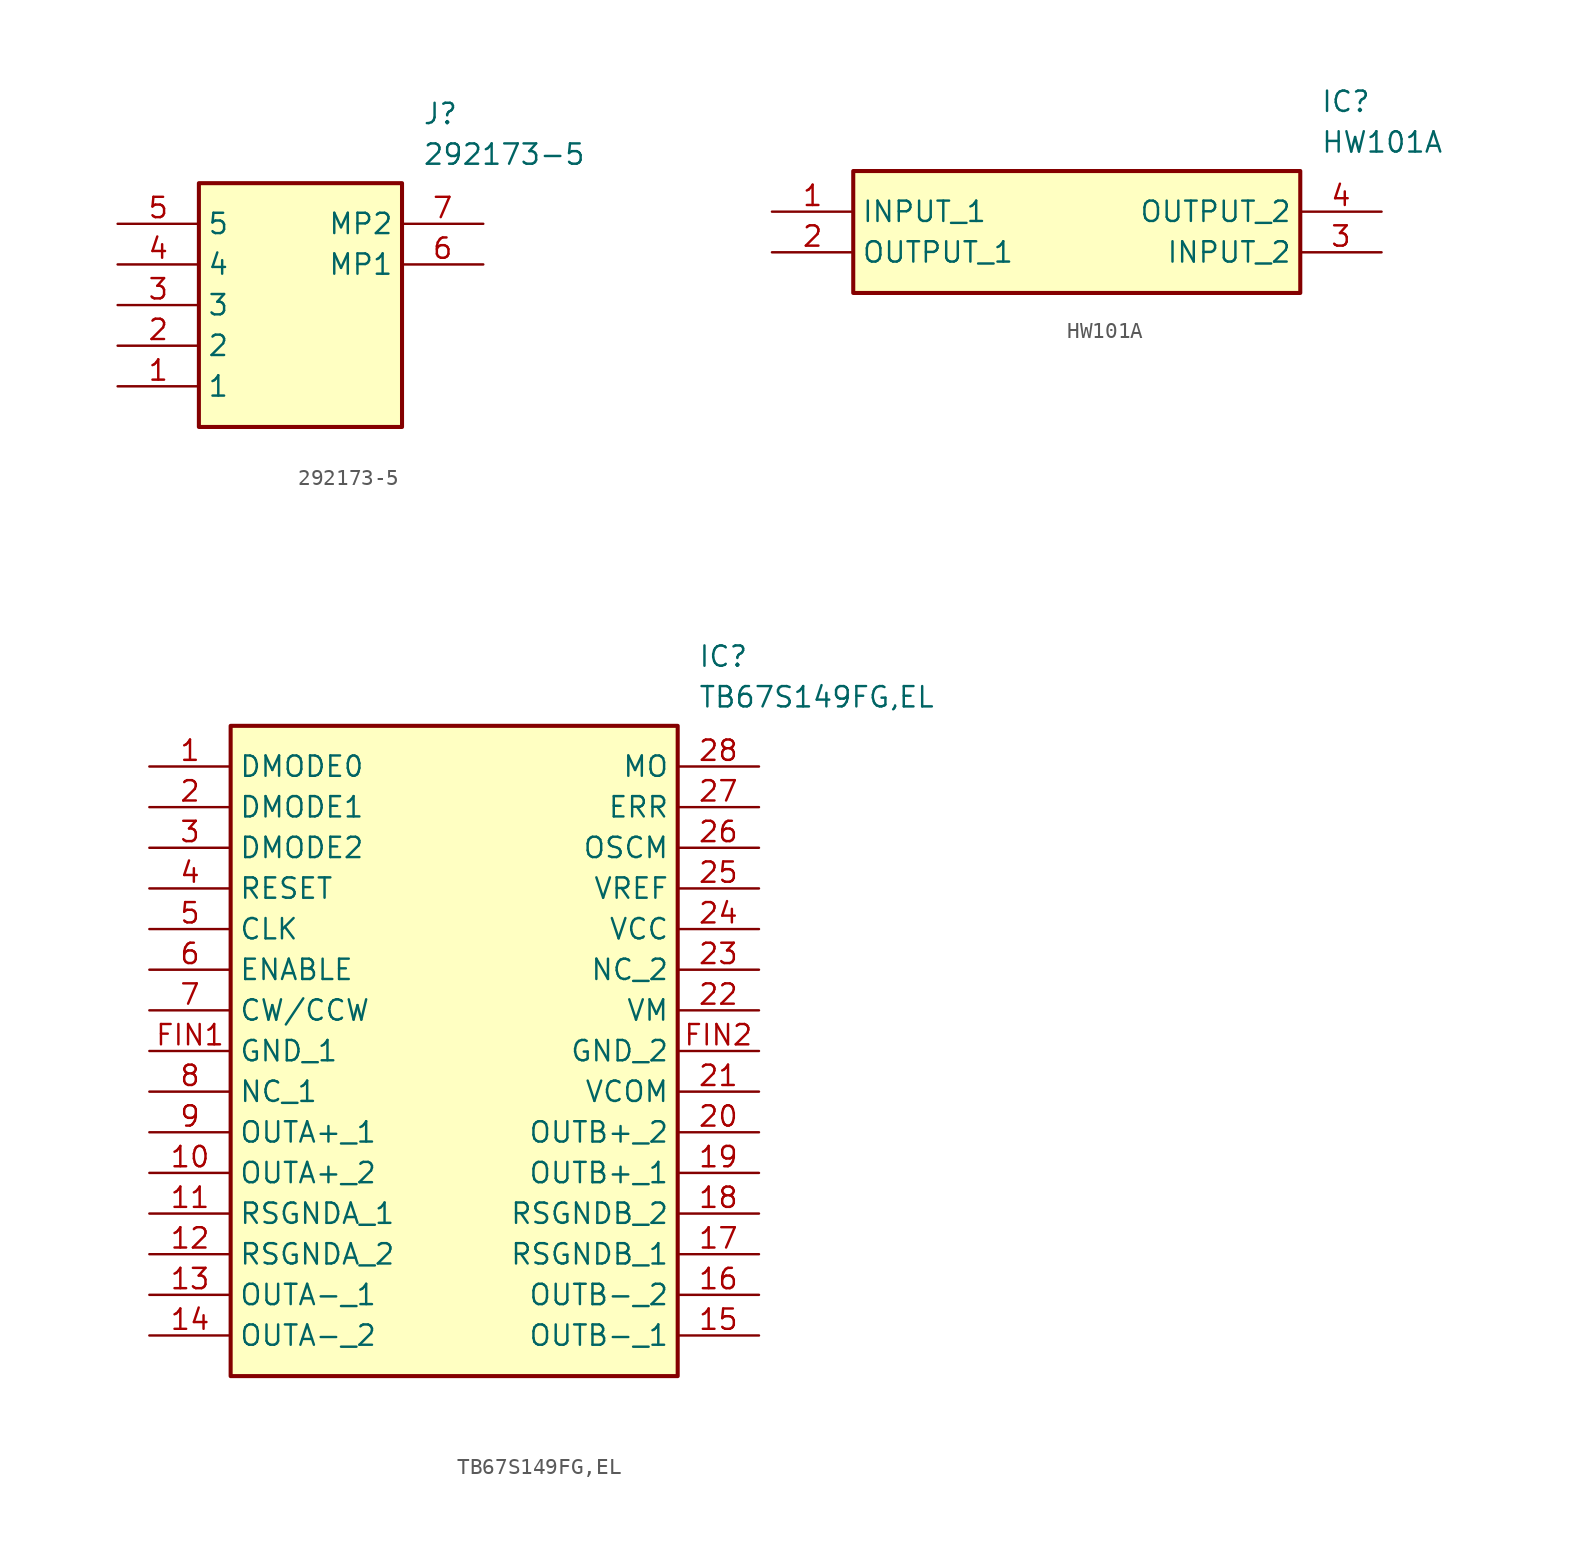
<source format=kicad_sym>
(kicad_symbol_lib
  (version 20231120)
  (generator "kicad_symbol_editor")
  (generator_version "8.0")
  (symbol "292173-5"
    (property "Reference" "J"
      (at 19.05 7.62 0)
      (effects (font (size 1.27 1.27)) (justify left top)))
    (property "Value" "292173-5"
      (at 19.05 5.08 0)
      (effects (font (size 1.27 1.27)) (justify left top)))
    (symbol "292173-5_1_1"
      (rectangle (start 5.08 2.54) (end 17.78 -12.7) (stroke (width 0.254) (type default)) (fill (type background)))
      (pin passive line (at 0 -10.16 0) (length 5.08) (name "1" (effects (font (size 1.27 1.27)))) (number "1" (effects (font (size 1.27 1.27)))))
      (pin passive line (at 0 -7.62 0) (length 5.08) (name "2" (effects (font (size 1.27 1.27)))) (number "2" (effects (font (size 1.27 1.27)))))
      (pin passive line (at 0 -5.08 0) (length 5.08) (name "3" (effects (font (size 1.27 1.27)))) (number "3" (effects (font (size 1.27 1.27)))))
      (pin passive line (at 0 -2.54 0) (length 5.08) (name "4" (effects (font (size 1.27 1.27)))) (number "4" (effects (font (size 1.27 1.27)))))
      (pin passive line (at 0 0 0) (length 5.08) (name "5" (effects (font (size 1.27 1.27)))) (number "5" (effects (font (size 1.27 1.27)))))
      (pin passive line (at 22.86 -2.54 180) (length 5.08) (name "MP1" (effects (font (size 1.27 1.27)))) (number "6" (effects (font (size 1.27 1.27)))))
      (pin passive line (at 22.86 0 180) (length 5.08) (name "MP2" (effects (font (size 1.27 1.27)))) (number "7" (effects (font (size 1.27 1.27)))))))
  (symbol "HW101A"
    (property "Reference" "IC"
      (at 34.29 7.62 0)
      (effects (font (size 1.27 1.27)) (justify left top)))
    (property "Value" "HW101A"
      (at 34.29 5.08 0)
      (effects (font (size 1.27 1.27)) (justify left top)))
    (symbol "HW101A_1_1"
      (rectangle (start 5.08 2.54) (end 33.02 -5.08) (stroke (width 0.254) (type default)) (fill (type background)))
      (pin passive line (at 0 0 0) (length 5.08) (name "INPUT_1" (effects (font (size 1.27 1.27)))) (number "1" (effects (font (size 1.27 1.27)))))
      (pin passive line (at 0 -2.54 0) (length 5.08) (name "OUTPUT_1" (effects (font (size 1.27 1.27)))) (number "2" (effects (font (size 1.27 1.27)))))
      (pin passive line (at 38.1 -2.54 180) (length 5.08) (name "INPUT_2" (effects (font (size 1.27 1.27)))) (number "3" (effects (font (size 1.27 1.27)))))
      (pin passive line (at 38.1 0 180) (length 5.08) (name "OUTPUT_2" (effects (font (size 1.27 1.27)))) (number "4" (effects (font (size 1.27 1.27)))))))
  (symbol "TB67S149FG,EL"
    (property "Reference" "IC"
      (at 34.29 7.62 0)
      (effects (font (size 1.27 1.27)) (justify left top)))
    (property "Value" "TB67S149FG,EL"
      (at 34.29 5.08 0)
      (effects (font (size 1.27 1.27)) (justify left top)))
    (symbol "TB67S149FG,EL_1_1"
      (rectangle (start 5.08 2.54) (end 33.02 -38.1) (stroke (width 0.254) (type default)) (fill (type background)))
      (pin passive line (at 0 0 0) (length 5.08) (name "DMODE0" (effects (font (size 1.27 1.27)))) (number "1" (effects (font (size 1.27 1.27)))))
      (pin passive line (at 0 -25.4 0) (length 5.08) (name "OUTA+_2" (effects (font (size 1.27 1.27)))) (number "10" (effects (font (size 1.27 1.27)))))
      (pin passive line (at 0 -27.94 0) (length 5.08) (name "RSGNDA_1" (effects (font (size 1.27 1.27)))) (number "11" (effects (font (size 1.27 1.27)))))
      (pin passive line (at 0 -30.48 0) (length 5.08) (name "RSGNDA_2" (effects (font (size 1.27 1.27)))) (number "12" (effects (font (size 1.27 1.27)))))
      (pin passive line (at 0 -33.02 0) (length 5.08) (name "OUTA-_1" (effects (font (size 1.27 1.27)))) (number "13" (effects (font (size 1.27 1.27)))))
      (pin passive line (at 0 -35.56 0) (length 5.08) (name "OUTA-_2" (effects (font (size 1.27 1.27)))) (number "14" (effects (font (size 1.27 1.27)))))
      (pin passive line (at 38.1 -35.56 180) (length 5.08) (name "OUTB-_1" (effects (font (size 1.27 1.27)))) (number "15" (effects (font (size 1.27 1.27)))))
      (pin passive line (at 38.1 -33.02 180) (length 5.08) (name "OUTB-_2" (effects (font (size 1.27 1.27)))) (number "16" (effects (font (size 1.27 1.27)))))
      (pin passive line (at 38.1 -30.48 180) (length 5.08) (name "RSGNDB_1" (effects (font (size 1.27 1.27)))) (number "17" (effects (font (size 1.27 1.27)))))
      (pin passive line (at 38.1 -27.94 180) (length 5.08) (name "RSGNDB_2" (effects (font (size 1.27 1.27)))) (number "18" (effects (font (size 1.27 1.27)))))
      (pin passive line (at 38.1 -25.4 180) (length 5.08) (name "OUTB+_1" (effects (font (size 1.27 1.27)))) (number "19" (effects (font (size 1.27 1.27)))))
      (pin passive line (at 0 -2.54 0) (length 5.08) (name "DMODE1" (effects (font (size 1.27 1.27)))) (number "2" (effects (font (size 1.27 1.27)))))
      (pin passive line (at 38.1 -22.86 180) (length 5.08) (name "OUTB+_2" (effects (font (size 1.27 1.27)))) (number "20" (effects (font (size 1.27 1.27)))))
      (pin passive line (at 38.1 -20.32 180) (length 5.08) (name "VCOM" (effects (font (size 1.27 1.27)))) (number "21" (effects (font (size 1.27 1.27)))))
      (pin passive line (at 38.1 -15.24 180) (length 5.08) (name "VM" (effects (font (size 1.27 1.27)))) (number "22" (effects (font (size 1.27 1.27)))))
      (pin passive line (at 38.1 -12.7 180) (length 5.08) (name "NC_2" (effects (font (size 1.27 1.27)))) (number "23" (effects (font (size 1.27 1.27)))))
      (pin passive line (at 38.1 -10.16 180) (length 5.08) (name "VCC" (effects (font (size 1.27 1.27)))) (number "24" (effects (font (size 1.27 1.27)))))
      (pin passive line (at 38.1 -7.62 180) (length 5.08) (name "VREF" (effects (font (size 1.27 1.27)))) (number "25" (effects (font (size 1.27 1.27)))))
      (pin passive line (at 38.1 -5.08 180) (length 5.08) (name "OSCM" (effects (font (size 1.27 1.27)))) (number "26" (effects (font (size 1.27 1.27)))))
      (pin passive line (at 38.1 -2.54 180) (length 5.08) (name "ERR" (effects (font (size 1.27 1.27)))) (number "27" (effects (font (size 1.27 1.27)))))
      (pin passive line (at 38.1 0 180) (length 5.08) (name "MO" (effects (font (size 1.27 1.27)))) (number "28" (effects (font (size 1.27 1.27)))))
      (pin passive line (at 0 -5.08 0) (length 5.08) (name "DMODE2" (effects (font (size 1.27 1.27)))) (number "3" (effects (font (size 1.27 1.27)))))
      (pin passive line (at 0 -7.62 0) (length 5.08) (name "RESET" (effects (font (size 1.27 1.27)))) (number "4" (effects (font (size 1.27 1.27)))))
      (pin passive line (at 0 -10.16 0) (length 5.08) (name "CLK" (effects (font (size 1.27 1.27)))) (number "5" (effects (font (size 1.27 1.27)))))
      (pin passive line (at 0 -12.7 0) (length 5.08) (name "ENABLE" (effects (font (size 1.27 1.27)))) (number "6" (effects (font (size 1.27 1.27)))))
      (pin passive line (at 0 -15.24 0) (length 5.08) (name "CW/CCW" (effects (font (size 1.27 1.27)))) (number "7" (effects (font (size 1.27 1.27)))))
      (pin passive line (at 0 -20.32 0) (length 5.08) (name "NC_1" (effects (font (size 1.27 1.27)))) (number "8" (effects (font (size 1.27 1.27)))))
      (pin passive line (at 0 -22.86 0) (length 5.08) (name "OUTA+_1" (effects (font (size 1.27 1.27)))) (number "9" (effects (font (size 1.27 1.27)))))
      (pin passive line (at 0 -17.78 0) (length 5.08) (name "GND_1" (effects (font (size 1.27 1.27)))) (number "FIN1" (effects (font (size 1.27 1.27)))))
      (pin passive line (at 38.1 -17.78 180) (length 5.08) (name "GND_2" (effects (font (size 1.27 1.27)))) (number "FIN2" (effects (font (size 1.27 1.27))))))))
</source>
